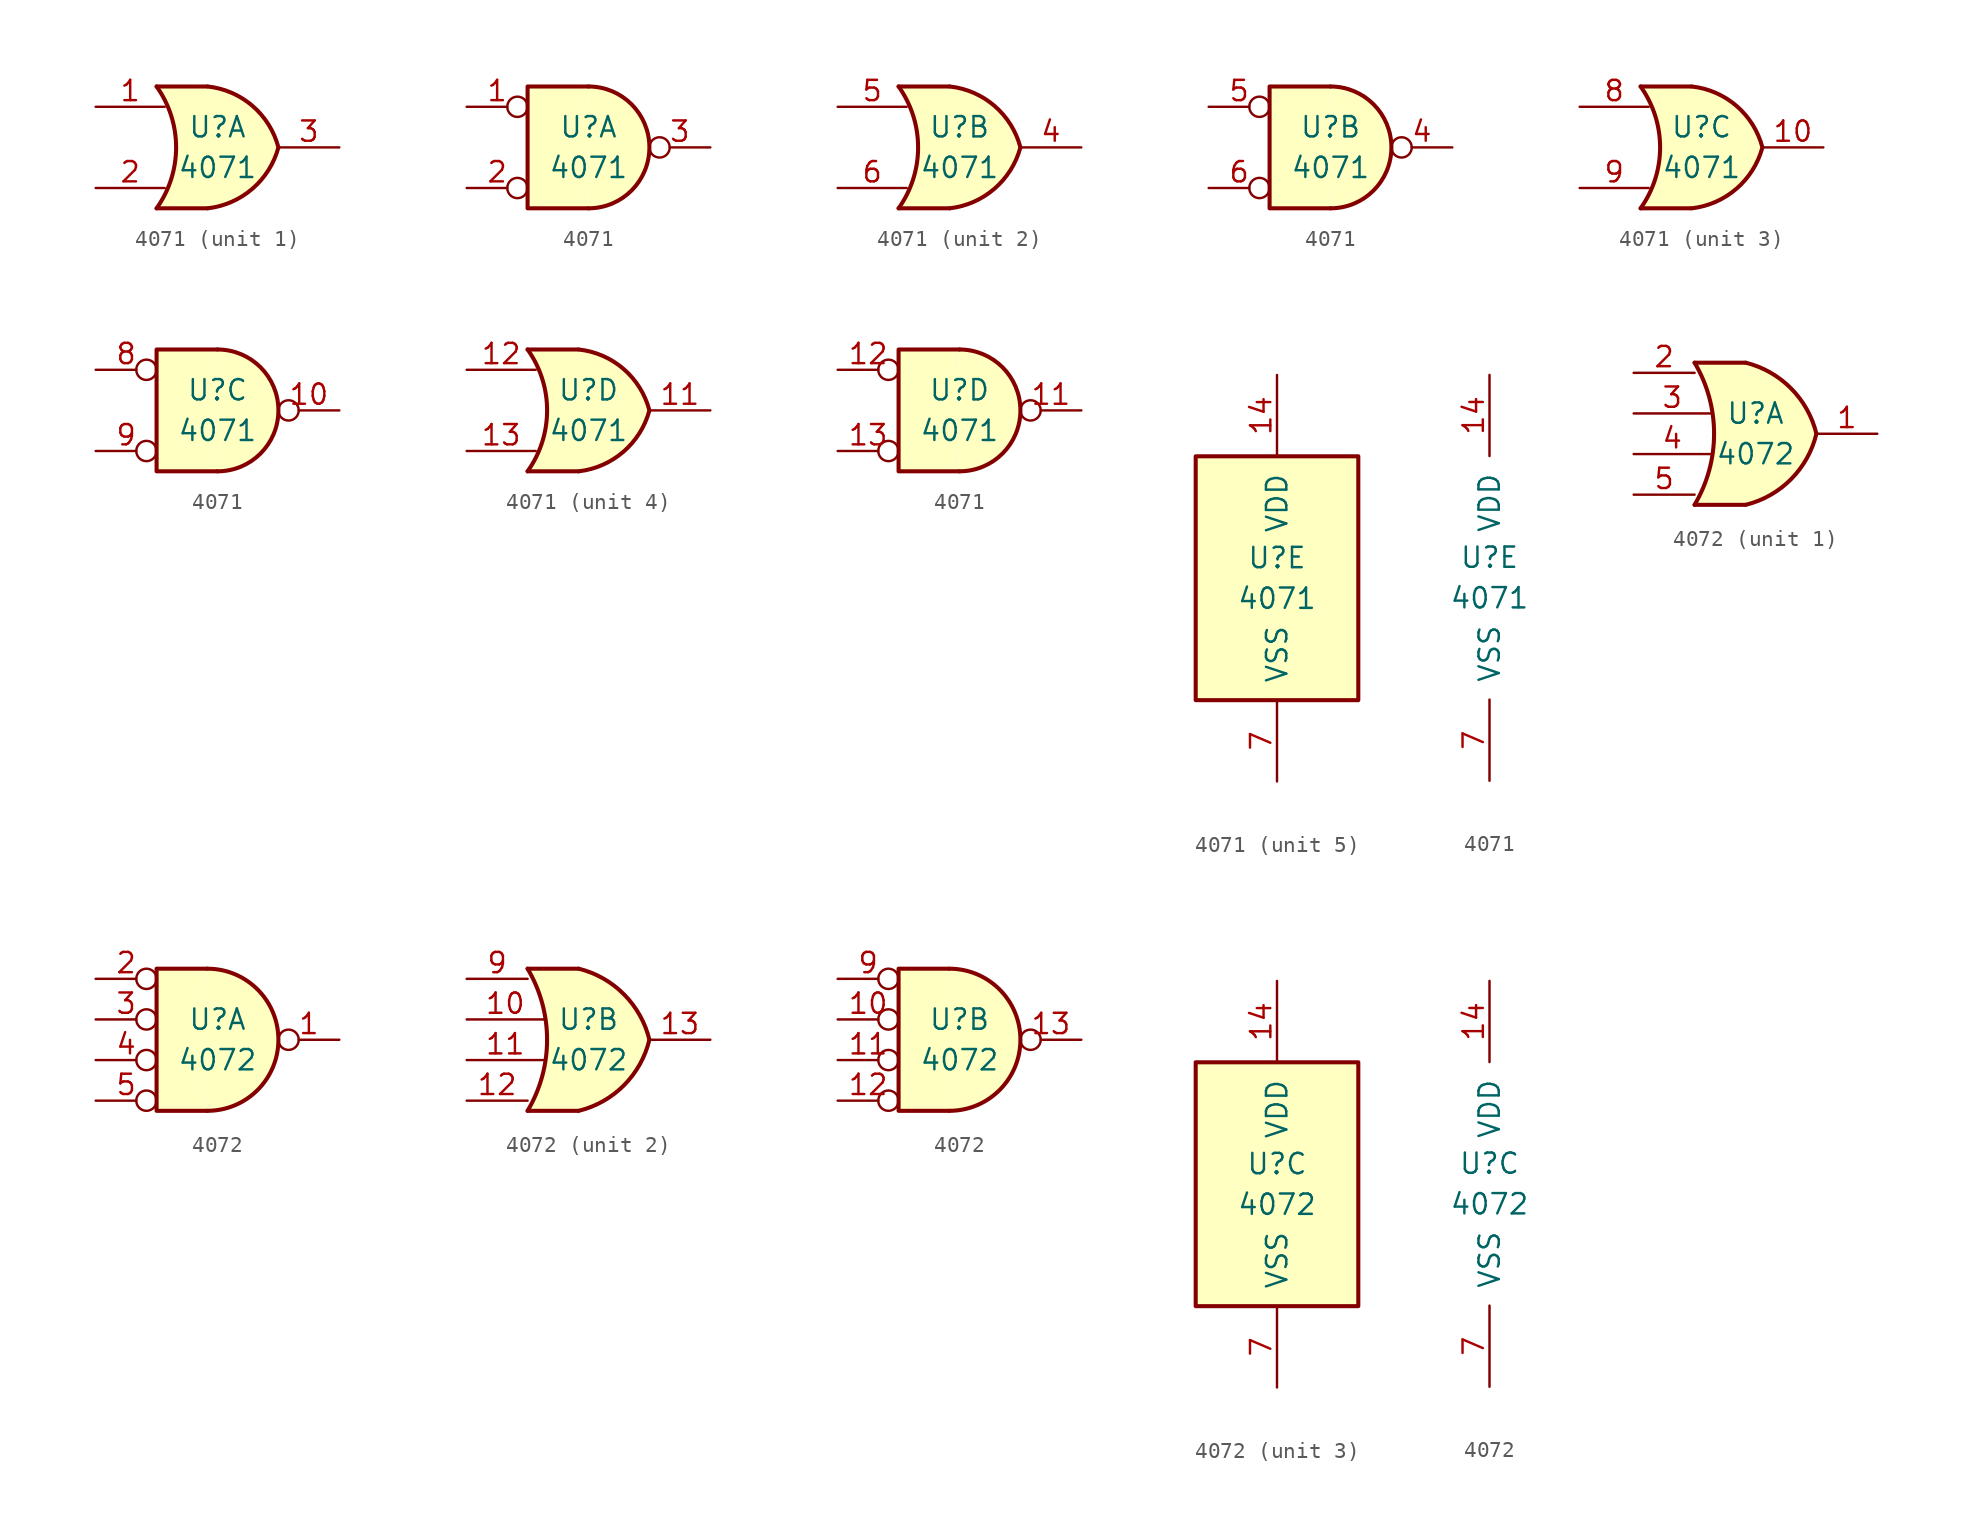
<source format=kicad_sym>
(kicad_symbol_lib
  (version 20211014)
  (generator kicad_symbol_editor)
  (symbol "4071"
    (pin_names
      (offset 1.016))
    (property "Reference" "U"
      (at 0 1.27 0)
      (effects (font (size 1.27 1.27))))
    (property "Value" "4071"
      (at 0 -1.27 0)
      (effects (font (size 1.27 1.27))))
    (property "ki_locked" ""
      (at 0 0 0)
      (effects (font (size 1.27 1.27))))
    (symbol "4071_1_1"
      (arc (start -3.81 -3.81) (mid -2.589 0) (end -3.81 3.81) (stroke (width 0.254) (type default) (color 0 0 0 0)) (fill (type none)))
      (arc (start -0.6096 -3.81) (mid 2.1855 -2.584) (end 3.81 0) (stroke (width 0.254) (type default) (color 0 0 0 0)) (fill (type background)))
      (polyline (pts (xy -3.81 -3.81) (xy -0.635 -3.81)) (stroke (width 0.254) (type default) (color 0 0 0 0)) (fill (type background)))
      (polyline (pts (xy -3.81 3.81) (xy -0.635 3.81)) (stroke (width 0.254) (type default) (color 0 0 0 0)) (fill (type background)))
      (polyline (pts (xy -0.635 3.81) (xy -3.81 3.81) (xy -3.81 3.81) (xy -3.556 3.404) (xy -3.023 2.261) (xy -2.692 1.041) (xy -2.616 -0.254) (xy -2.769 -1.499) (xy -3.175 -2.718) (xy -3.81 -3.81) (xy -3.81 -3.81) (xy -0.635 -3.81)) (stroke (width -25.4) (type default) (color 0 0 0 0)) (fill (type background)))
      (arc (start 3.81 0) (mid 2.1928 2.5925) (end -0.6096 3.81) (stroke (width 0.254) (type default) (color 0 0 0 0)) (fill (type background)))
      (pin input line (at -7.62 2.54 0) (length 4.318) (name "~" (effects (font (size 1.27 1.27)))) (number "1" (effects (font (size 1.27 1.27)))))
      (pin input line (at -7.62 -2.54 0) (length 4.318) (name "~" (effects (font (size 1.27 1.27)))) (number "2" (effects (font (size 1.27 1.27)))))
      (pin output line (at 7.62 0 180) (length 3.81) (name "~" (effects (font (size 1.27 1.27)))) (number "3" (effects (font (size 1.27 1.27))))))
    (symbol "4071_1_2"
      (arc (start 0 -3.81) (mid 3.81 0) (end 0 3.81) (stroke (width 0.254) (type default) (color 0 0 0 0)) (fill (type background)))
      (polyline (pts (xy 0 3.81) (xy -3.81 3.81) (xy -3.81 -3.81) (xy 0 -3.81)) (stroke (width 0.254) (type default) (color 0 0 0 0)) (fill (type background)))
      (pin input inverted (at -7.62 2.54 0) (length 3.81) (name "~" (effects (font (size 1.27 1.27)))) (number "1" (effects (font (size 1.27 1.27)))))
      (pin input inverted (at -7.62 -2.54 0) (length 3.81) (name "~" (effects (font (size 1.27 1.27)))) (number "2" (effects (font (size 1.27 1.27)))))
      (pin output inverted (at 7.62 0 180) (length 3.81) (name "~" (effects (font (size 1.27 1.27)))) (number "3" (effects (font (size 1.27 1.27))))))
    (symbol "4071_2_1"
      (arc (start -3.81 -3.81) (mid -2.589 0) (end -3.81 3.81) (stroke (width 0.254) (type default) (color 0 0 0 0)) (fill (type none)))
      (arc (start -0.6096 -3.81) (mid 2.1855 -2.584) (end 3.81 0) (stroke (width 0.254) (type default) (color 0 0 0 0)) (fill (type background)))
      (polyline (pts (xy -3.81 -3.81) (xy -0.635 -3.81)) (stroke (width 0.254) (type default) (color 0 0 0 0)) (fill (type background)))
      (polyline (pts (xy -3.81 3.81) (xy -0.635 3.81)) (stroke (width 0.254) (type default) (color 0 0 0 0)) (fill (type background)))
      (polyline (pts (xy -0.635 3.81) (xy -3.81 3.81) (xy -3.81 3.81) (xy -3.556 3.404) (xy -3.023 2.261) (xy -2.692 1.041) (xy -2.616 -0.254) (xy -2.769 -1.499) (xy -3.175 -2.718) (xy -3.81 -3.81) (xy -3.81 -3.81) (xy -0.635 -3.81)) (stroke (width -25.4) (type default) (color 0 0 0 0)) (fill (type background)))
      (arc (start 3.81 0) (mid 2.1928 2.5925) (end -0.6096 3.81) (stroke (width 0.254) (type default) (color 0 0 0 0)) (fill (type background)))
      (pin output line (at 7.62 0 180) (length 3.81) (name "~" (effects (font (size 1.27 1.27)))) (number "4" (effects (font (size 1.27 1.27)))))
      (pin input line (at -7.62 2.54 0) (length 4.318) (name "~" (effects (font (size 1.27 1.27)))) (number "5" (effects (font (size 1.27 1.27)))))
      (pin input line (at -7.62 -2.54 0) (length 4.318) (name "~" (effects (font (size 1.27 1.27)))) (number "6" (effects (font (size 1.27 1.27))))))
    (symbol "4071_2_2"
      (arc (start 0 -3.81) (mid 3.81 0) (end 0 3.81) (stroke (width 0.254) (type default) (color 0 0 0 0)) (fill (type background)))
      (polyline (pts (xy 0 3.81) (xy -3.81 3.81) (xy -3.81 -3.81) (xy 0 -3.81)) (stroke (width 0.254) (type default) (color 0 0 0 0)) (fill (type background)))
      (pin output inverted (at 7.62 0 180) (length 3.81) (name "~" (effects (font (size 1.27 1.27)))) (number "4" (effects (font (size 1.27 1.27)))))
      (pin input inverted (at -7.62 2.54 0) (length 3.81) (name "~" (effects (font (size 1.27 1.27)))) (number "5" (effects (font (size 1.27 1.27)))))
      (pin input inverted (at -7.62 -2.54 0) (length 3.81) (name "~" (effects (font (size 1.27 1.27)))) (number "6" (effects (font (size 1.27 1.27))))))
    (symbol "4071_3_1"
      (arc (start -3.81 -3.81) (mid -2.589 0) (end -3.81 3.81) (stroke (width 0.254) (type default) (color 0 0 0 0)) (fill (type none)))
      (arc (start -0.6096 -3.81) (mid 2.1855 -2.584) (end 3.81 0) (stroke (width 0.254) (type default) (color 0 0 0 0)) (fill (type background)))
      (polyline (pts (xy -3.81 -3.81) (xy -0.635 -3.81)) (stroke (width 0.254) (type default) (color 0 0 0 0)) (fill (type background)))
      (polyline (pts (xy -3.81 3.81) (xy -0.635 3.81)) (stroke (width 0.254) (type default) (color 0 0 0 0)) (fill (type background)))
      (polyline (pts (xy -0.635 3.81) (xy -3.81 3.81) (xy -3.81 3.81) (xy -3.556 3.404) (xy -3.023 2.261) (xy -2.692 1.041) (xy -2.616 -0.254) (xy -2.769 -1.499) (xy -3.175 -2.718) (xy -3.81 -3.81) (xy -3.81 -3.81) (xy -0.635 -3.81)) (stroke (width -25.4) (type default) (color 0 0 0 0)) (fill (type background)))
      (arc (start 3.81 0) (mid 2.1928 2.5925) (end -0.6096 3.81) (stroke (width 0.254) (type default) (color 0 0 0 0)) (fill (type background)))
      (pin output line (at 7.62 0 180) (length 3.81) (name "~" (effects (font (size 1.27 1.27)))) (number "10" (effects (font (size 1.27 1.27)))))
      (pin input line (at -7.62 2.54 0) (length 4.318) (name "~" (effects (font (size 1.27 1.27)))) (number "8" (effects (font (size 1.27 1.27)))))
      (pin input line (at -7.62 -2.54 0) (length 4.318) (name "~" (effects (font (size 1.27 1.27)))) (number "9" (effects (font (size 1.27 1.27))))))
    (symbol "4071_3_2"
      (arc (start 0 -3.81) (mid 3.81 0) (end 0 3.81) (stroke (width 0.254) (type default) (color 0 0 0 0)) (fill (type background)))
      (polyline (pts (xy 0 3.81) (xy -3.81 3.81) (xy -3.81 -3.81) (xy 0 -3.81)) (stroke (width 0.254) (type default) (color 0 0 0 0)) (fill (type background)))
      (pin output inverted (at 7.62 0 180) (length 3.81) (name "~" (effects (font (size 1.27 1.27)))) (number "10" (effects (font (size 1.27 1.27)))))
      (pin input inverted (at -7.62 2.54 0) (length 3.81) (name "~" (effects (font (size 1.27 1.27)))) (number "8" (effects (font (size 1.27 1.27)))))
      (pin input inverted (at -7.62 -2.54 0) (length 3.81) (name "~" (effects (font (size 1.27 1.27)))) (number "9" (effects (font (size 1.27 1.27))))))
    (symbol "4071_4_1"
      (arc (start -3.81 -3.81) (mid -2.589 0) (end -3.81 3.81) (stroke (width 0.254) (type default) (color 0 0 0 0)) (fill (type none)))
      (arc (start -0.6096 -3.81) (mid 2.1855 -2.584) (end 3.81 0) (stroke (width 0.254) (type default) (color 0 0 0 0)) (fill (type background)))
      (polyline (pts (xy -3.81 -3.81) (xy -0.635 -3.81)) (stroke (width 0.254) (type default) (color 0 0 0 0)) (fill (type background)))
      (polyline (pts (xy -3.81 3.81) (xy -0.635 3.81)) (stroke (width 0.254) (type default) (color 0 0 0 0)) (fill (type background)))
      (polyline (pts (xy -0.635 3.81) (xy -3.81 3.81) (xy -3.81 3.81) (xy -3.556 3.404) (xy -3.023 2.261) (xy -2.692 1.041) (xy -2.616 -0.254) (xy -2.769 -1.499) (xy -3.175 -2.718) (xy -3.81 -3.81) (xy -3.81 -3.81) (xy -0.635 -3.81)) (stroke (width -25.4) (type default) (color 0 0 0 0)) (fill (type background)))
      (arc (start 3.81 0) (mid 2.1928 2.5925) (end -0.6096 3.81) (stroke (width 0.254) (type default) (color 0 0 0 0)) (fill (type background)))
      (pin output line (at 7.62 0 180) (length 3.81) (name "~" (effects (font (size 1.27 1.27)))) (number "11" (effects (font (size 1.27 1.27)))))
      (pin input line (at -7.62 2.54 0) (length 4.318) (name "~" (effects (font (size 1.27 1.27)))) (number "12" (effects (font (size 1.27 1.27)))))
      (pin input line (at -7.62 -2.54 0) (length 4.318) (name "~" (effects (font (size 1.27 1.27)))) (number "13" (effects (font (size 1.27 1.27))))))
    (symbol "4071_4_2"
      (arc (start 0 -3.81) (mid 3.81 0) (end 0 3.81) (stroke (width 0.254) (type default) (color 0 0 0 0)) (fill (type background)))
      (polyline (pts (xy 0 3.81) (xy -3.81 3.81) (xy -3.81 -3.81) (xy 0 -3.81)) (stroke (width 0.254) (type default) (color 0 0 0 0)) (fill (type background)))
      (pin output inverted (at 7.62 0 180) (length 3.81) (name "~" (effects (font (size 1.27 1.27)))) (number "11" (effects (font (size 1.27 1.27)))))
      (pin input inverted (at -7.62 2.54 0) (length 3.81) (name "~" (effects (font (size 1.27 1.27)))) (number "12" (effects (font (size 1.27 1.27)))))
      (pin input inverted (at -7.62 -2.54 0) (length 3.81) (name "~" (effects (font (size 1.27 1.27)))) (number "13" (effects (font (size 1.27 1.27))))))
    (symbol "4071_5_0"
      (pin power_in line (at 0 12.7 270) (length 5.08) (name "VDD" (effects (font (size 1.27 1.27)))) (number "14" (effects (font (size 1.27 1.27)))))
      (pin power_in line (at 0 -12.7 90) (length 5.08) (name "VSS" (effects (font (size 1.27 1.27)))) (number "7" (effects (font (size 1.27 1.27))))))
    (symbol "4071_5_1"
      (rectangle (start -5.08 7.62) (end 5.08 -7.62) (stroke (width 0.254) (type default) (color 0 0 0 0)) (fill (type background)))))
  (symbol "4072"
    (pin_names
      (offset 1.016))
    (property "Reference" "U"
      (at 0 1.27 0)
      (effects (font (size 1.27 1.27))))
    (property "Value" "4072"
      (at 0 -1.27 0)
      (effects (font (size 1.27 1.27))))
    (property "ki_locked" ""
      (at 0 0 0)
      (effects (font (size 1.27 1.27))))
    (symbol "4072_1_1"
      (arc (start -3.81 -4.445) (mid -2.5908 0) (end -3.81 4.445) (stroke (width 0.254) (type default) (color 0 0 0 0)) (fill (type none)))
      (arc (start -0.6096 -4.445) (mid 2.224 -2.8428) (end 3.81 0) (stroke (width 0.254) (type default) (color 0 0 0 0)) (fill (type background)))
      (polyline (pts (xy -3.81 -4.445) (xy -0.635 -4.445)) (stroke (width 0.254) (type default) (color 0 0 0 0)) (fill (type background)))
      (polyline (pts (xy -3.81 4.445) (xy -0.635 4.445)) (stroke (width 0.254) (type default) (color 0 0 0 0)) (fill (type background)))
      (polyline (pts (xy -0.635 4.445) (xy -3.81 4.445) (xy -3.81 4.445) (xy -3.632 4.089) (xy -3.099 2.921) (xy -2.769 1.676) (xy -2.616 0.432) (xy -2.642 -0.864) (xy -2.87 -2.108) (xy -3.251 -3.327) (xy -3.81 -4.445) (xy -3.81 -4.445) (xy -0.635 -4.445)) (stroke (width -25.4) (type default) (color 0 0 0 0)) (fill (type background)))
      (arc (start 3.81 0) (mid 2.2198 2.8385) (end -0.6096 4.445) (stroke (width 0.254) (type default) (color 0 0 0 0)) (fill (type background)))
      (pin output line (at 7.62 0 180) (length 3.81) (name "~" (effects (font (size 1.27 1.27)))) (number "1" (effects (font (size 1.27 1.27)))))
      (pin input line (at -7.62 3.81 0) (length 3.81) (name "~" (effects (font (size 1.27 1.27)))) (number "2" (effects (font (size 1.27 1.27)))))
      (pin input line (at -7.62 1.27 0) (length 4.826) (name "~" (effects (font (size 1.27 1.27)))) (number "3" (effects (font (size 1.27 1.27)))))
      (pin input line (at -7.62 -1.27 0) (length 4.826) (name "~" (effects (font (size 1.27 1.27)))) (number "4" (effects (font (size 1.27 1.27)))))
      (pin input line (at -7.62 -3.81 0) (length 3.81) (name "~" (effects (font (size 1.27 1.27)))) (number "5" (effects (font (size 1.27 1.27))))))
    (symbol "4072_1_2"
      (arc (start -0.635 -4.445) (mid 3.81 0) (end -0.635 4.445) (stroke (width 0.254) (type default) (color 0 0 0 0)) (fill (type background)))
      (polyline (pts (xy -0.635 4.445) (xy -3.81 4.445) (xy -3.81 -4.445) (xy -0.635 -4.445)) (stroke (width 0.254) (type default) (color 0 0 0 0)) (fill (type background)))
      (pin output inverted (at 7.62 0 180) (length 3.81) (name "~" (effects (font (size 1.27 1.27)))) (number "1" (effects (font (size 1.27 1.27)))))
      (pin input inverted (at -7.62 3.81 0) (length 3.81) (name "~" (effects (font (size 1.27 1.27)))) (number "2" (effects (font (size 1.27 1.27)))))
      (pin input inverted (at -7.62 1.27 0) (length 3.81) (name "~" (effects (font (size 1.27 1.27)))) (number "3" (effects (font (size 1.27 1.27)))))
      (pin input inverted (at -7.62 -1.27 0) (length 3.81) (name "~" (effects (font (size 1.27 1.27)))) (number "4" (effects (font (size 1.27 1.27)))))
      (pin input inverted (at -7.62 -3.81 0) (length 3.81) (name "~" (effects (font (size 1.27 1.27)))) (number "5" (effects (font (size 1.27 1.27))))))
    (symbol "4072_2_1"
      (arc (start -3.81 -4.445) (mid -2.5908 0) (end -3.81 4.445) (stroke (width 0.254) (type default) (color 0 0 0 0)) (fill (type none)))
      (arc (start -0.6096 -4.445) (mid 2.224 -2.8428) (end 3.81 0) (stroke (width 0.254) (type default) (color 0 0 0 0)) (fill (type background)))
      (polyline (pts (xy -3.81 -4.445) (xy -0.635 -4.445)) (stroke (width 0.254) (type default) (color 0 0 0 0)) (fill (type background)))
      (polyline (pts (xy -3.81 4.445) (xy -0.635 4.445)) (stroke (width 0.254) (type default) (color 0 0 0 0)) (fill (type background)))
      (polyline (pts (xy -0.635 4.445) (xy -3.81 4.445) (xy -3.81 4.445) (xy -3.632 4.089) (xy -3.099 2.921) (xy -2.769 1.676) (xy -2.616 0.432) (xy -2.642 -0.864) (xy -2.87 -2.108) (xy -3.251 -3.327) (xy -3.81 -4.445) (xy -3.81 -4.445) (xy -0.635 -4.445)) (stroke (width -25.4) (type default) (color 0 0 0 0)) (fill (type background)))
      (arc (start 3.81 0) (mid 2.2198 2.8385) (end -0.6096 4.445) (stroke (width 0.254) (type default) (color 0 0 0 0)) (fill (type background)))
      (pin input line (at -7.62 1.27 0) (length 4.826) (name "~" (effects (font (size 1.27 1.27)))) (number "10" (effects (font (size 1.27 1.27)))))
      (pin input line (at -7.62 -1.27 0) (length 4.826) (name "~" (effects (font (size 1.27 1.27)))) (number "11" (effects (font (size 1.27 1.27)))))
      (pin input line (at -7.62 -3.81 0) (length 3.81) (name "~" (effects (font (size 1.27 1.27)))) (number "12" (effects (font (size 1.27 1.27)))))
      (pin output line (at 7.62 0 180) (length 3.81) (name "~" (effects (font (size 1.27 1.27)))) (number "13" (effects (font (size 1.27 1.27)))))
      (pin input line (at -7.62 3.81 0) (length 3.81) (name "~" (effects (font (size 1.27 1.27)))) (number "9" (effects (font (size 1.27 1.27))))))
    (symbol "4072_2_2"
      (arc (start -0.635 -4.445) (mid 3.81 0) (end -0.635 4.445) (stroke (width 0.254) (type default) (color 0 0 0 0)) (fill (type background)))
      (polyline (pts (xy -0.635 4.445) (xy -3.81 4.445) (xy -3.81 -4.445) (xy -0.635 -4.445)) (stroke (width 0.254) (type default) (color 0 0 0 0)) (fill (type background)))
      (pin input inverted (at -7.62 1.27 0) (length 3.81) (name "~" (effects (font (size 1.27 1.27)))) (number "10" (effects (font (size 1.27 1.27)))))
      (pin input inverted (at -7.62 -1.27 0) (length 3.81) (name "~" (effects (font (size 1.27 1.27)))) (number "11" (effects (font (size 1.27 1.27)))))
      (pin input inverted (at -7.62 -3.81 0) (length 3.81) (name "~" (effects (font (size 1.27 1.27)))) (number "12" (effects (font (size 1.27 1.27)))))
      (pin output inverted (at 7.62 0 180) (length 3.81) (name "~" (effects (font (size 1.27 1.27)))) (number "13" (effects (font (size 1.27 1.27)))))
      (pin input inverted (at -7.62 3.81 0) (length 3.81) (name "~" (effects (font (size 1.27 1.27)))) (number "9" (effects (font (size 1.27 1.27))))))
    (symbol "4072_3_0"
      (pin power_in line (at 0 12.7 270) (length 5.08) (name "VDD" (effects (font (size 1.27 1.27)))) (number "14" (effects (font (size 1.27 1.27)))))
      (pin power_in line (at 0 -12.7 90) (length 5.08) (name "VSS" (effects (font (size 1.27 1.27)))) (number "7" (effects (font (size 1.27 1.27))))))
    (symbol "4072_3_1"
      (rectangle (start -5.08 7.62) (end 5.08 -7.62) (stroke (width 0.254) (type default) (color 0 0 0 0)) (fill (type background))))))
</source>
